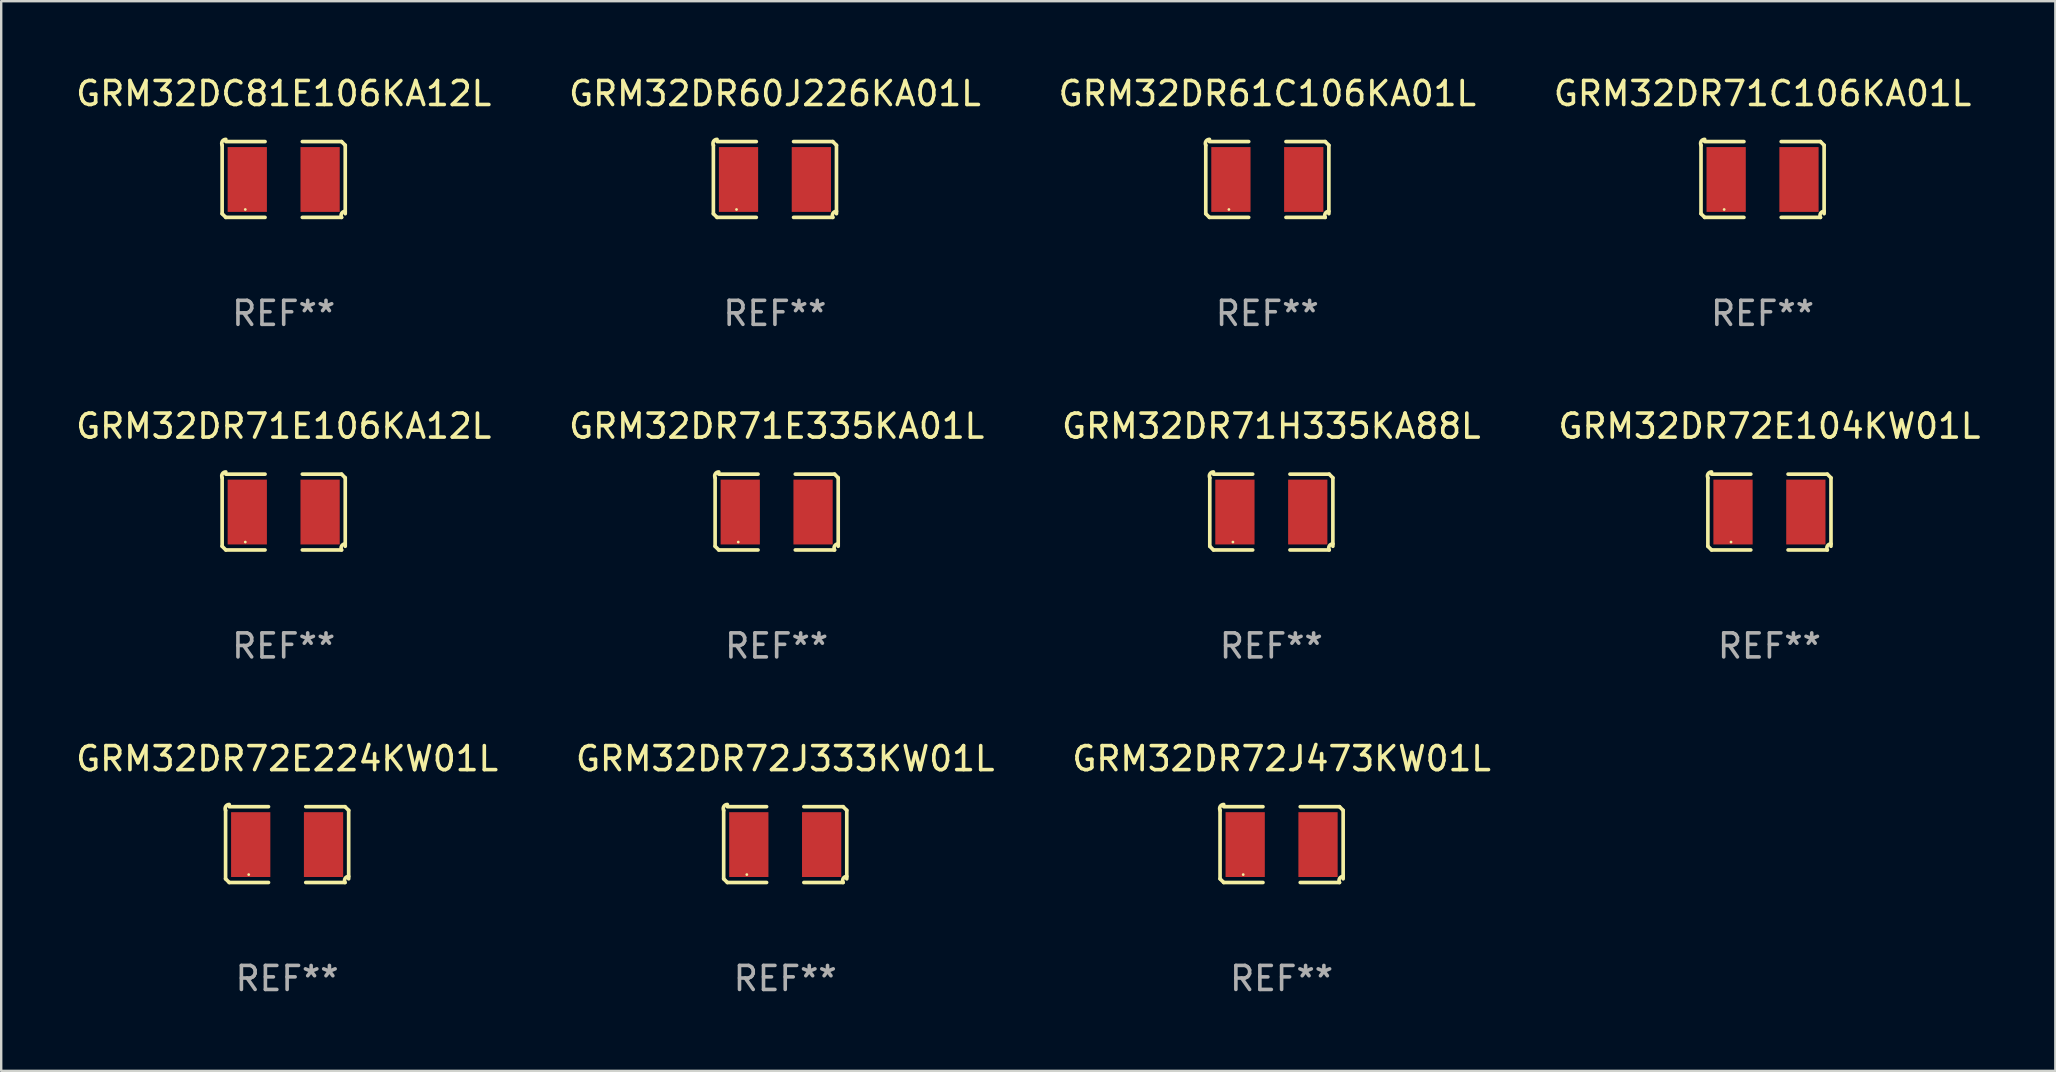
<source format=kicad_pcb>
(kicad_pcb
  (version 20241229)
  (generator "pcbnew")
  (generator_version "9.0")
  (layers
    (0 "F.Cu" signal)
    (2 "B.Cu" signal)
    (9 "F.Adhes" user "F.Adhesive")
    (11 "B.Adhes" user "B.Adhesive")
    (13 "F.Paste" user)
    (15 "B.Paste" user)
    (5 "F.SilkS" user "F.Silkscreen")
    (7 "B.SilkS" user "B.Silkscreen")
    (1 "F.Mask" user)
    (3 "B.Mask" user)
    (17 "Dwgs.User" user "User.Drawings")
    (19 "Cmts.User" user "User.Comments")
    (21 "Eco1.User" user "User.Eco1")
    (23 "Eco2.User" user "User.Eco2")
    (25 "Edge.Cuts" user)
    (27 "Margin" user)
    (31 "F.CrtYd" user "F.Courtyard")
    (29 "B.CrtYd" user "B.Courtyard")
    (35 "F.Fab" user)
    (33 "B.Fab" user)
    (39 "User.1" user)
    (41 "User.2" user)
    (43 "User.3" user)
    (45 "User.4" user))
  (footprint "GRM32DR71E335KA01L"
    (layer "F.Cu")
    (at 29.304 18.281)
    (property "Reference" "GRM32DR71E335KA01L" (at 0 -3.579 0) (layer "F.SilkS") (effects (font (size 1 1) (thickness 0.15))))
    (attr through_hole)
    (fp_line (start -2.564 1.426) (end -2.564 -1.426) (stroke (width 0.152) (type solid)) (layer "F.SilkS"))
    (fp_line (start -2.411 -1.579) (end -0.776 -1.579) (stroke (width 0.152) (type solid)) (layer "F.SilkS"))
    (fp_line (start -0.776 1.579) (end -2.411 1.579) (stroke (width 0.152) (type solid)) (layer "F.SilkS"))
    (fp_line (start 0.776 1.579) (end 2.411 1.579) (stroke (width 0.152) (type solid)) (layer "F.SilkS"))
    (fp_line (start 2.411 -1.579) (end 0.776 -1.579) (stroke (width 0.152) (type solid)) (layer "F.SilkS"))
    (fp_line (start 2.564 1.426) (end 2.564 -1.426) (stroke (width 0.152) (type solid)) (layer "F.SilkS"))
    (fp_arc (start -2.563602 -1.426213) (mid -2.555597 -1.591233) (end -2.411201 -1.671518) (stroke (width 0.1524) (type solid)) (layer "F.SilkS"))
    (fp_arc (start -2.5636 1.426214) (mid -2.487389 1.502402) (end -2.411201 1.578613) (stroke (width 0.1524) (type solid)) (layer "F.SilkS"))
    (fp_arc (start 2.411197 -1.578618) (mid 2.487403 -1.502419) (end 2.563602 -1.426213) (stroke (width 0.1524) (type solid)) (layer "F.SilkS"))
    (fp_arc (start 2.411201 1.578613) (mid 2.416214 1.409455) (end 2.563602 1.32629) (stroke (width 0.1524) (type solid)) (layer "F.SilkS"))
    (fp_circle (center -1.6 1.25) (end -1.57 1.25) (stroke (width 0.06) (type solid)) (fill no) (layer "F.SilkS"))
    (fp_text user "REF**" (at 0 5.579 0) (layer "F.Fab") (effects (font (size 1 1) (thickness 0.15))))
    (pad "1" smd rect (at -1.517 0) (size 1.635 2.7) (layers "F.Cu" "F.Mask" "F.Paste"))
    (pad "2" smd rect (at 1.517 0) (size 1.635 2.7) (layers "F.Cu" "F.Mask" "F.Paste")))
  (footprint "GRM32DR61C106KA01L"
    (layer "F.Cu")
    (at 49.744 4.427)
    (property "Reference" "GRM32DR61C106KA01L" (at 0 -3.579 0) (layer "F.SilkS") (effects (font (size 1 1) (thickness 0.15))))
    (attr through_hole)
    (fp_line (start -2.564 1.426) (end -2.564 -1.426) (stroke (width 0.152) (type solid)) (layer "F.SilkS"))
    (fp_line (start -2.411 -1.579) (end -0.776 -1.579) (stroke (width 0.152) (type solid)) (layer "F.SilkS"))
    (fp_line (start -0.776 1.579) (end -2.411 1.579) (stroke (width 0.152) (type solid)) (layer "F.SilkS"))
    (fp_line (start 0.776 1.579) (end 2.411 1.579) (stroke (width 0.152) (type solid)) (layer "F.SilkS"))
    (fp_line (start 2.411 -1.579) (end 0.776 -1.579) (stroke (width 0.152) (type solid)) (layer "F.SilkS"))
    (fp_line (start 2.564 1.426) (end 2.564 -1.426) (stroke (width 0.152) (type solid)) (layer "F.SilkS"))
    (fp_arc (start -2.563602 -1.426213) (mid -2.555597 -1.591233) (end -2.411201 -1.671518) (stroke (width 0.1524) (type solid)) (layer "F.SilkS"))
    (fp_arc (start -2.5636 1.426214) (mid -2.487389 1.502402) (end -2.411201 1.578613) (stroke (width 0.1524) (type solid)) (layer "F.SilkS"))
    (fp_arc (start 2.411197 -1.578618) (mid 2.487403 -1.502419) (end 2.563602 -1.426213) (stroke (width 0.1524) (type solid)) (layer "F.SilkS"))
    (fp_arc (start 2.411201 1.578613) (mid 2.416214 1.409455) (end 2.563602 1.32629) (stroke (width 0.1524) (type solid)) (layer "F.SilkS"))
    (fp_circle (center -1.6 1.25) (end -1.57 1.25) (stroke (width 0.06) (type solid)) (fill no) (layer "F.SilkS"))
    (fp_text user "REF**" (at 0 5.579 0) (layer "F.Fab") (effects (font (size 1 1) (thickness 0.15))))
    (pad "1" smd rect (at -1.517 0) (size 1.635 2.7) (layers "F.Cu" "F.Mask" "F.Paste"))
    (pad "2" smd rect (at 1.517 0) (size 1.635 2.7) (layers "F.Cu" "F.Mask" "F.Paste")))
  (footprint "GRM32DR71H335KA88L"
    (layer "F.Cu")
    (at 49.911 18.281)
    (property "Reference" "GRM32DR71H335KA88L" (at 0 -3.579 0) (layer "F.SilkS") (effects (font (size 1 1) (thickness 0.15))))
    (attr through_hole)
    (fp_line (start -2.564 1.426) (end -2.564 -1.426) (stroke (width 0.152) (type solid)) (layer "F.SilkS"))
    (fp_line (start -2.411 -1.579) (end -0.776 -1.579) (stroke (width 0.152) (type solid)) (layer "F.SilkS"))
    (fp_line (start -0.776 1.579) (end -2.411 1.579) (stroke (width 0.152) (type solid)) (layer "F.SilkS"))
    (fp_line (start 0.776 1.579) (end 2.411 1.579) (stroke (width 0.152) (type solid)) (layer "F.SilkS"))
    (fp_line (start 2.411 -1.579) (end 0.776 -1.579) (stroke (width 0.152) (type solid)) (layer "F.SilkS"))
    (fp_line (start 2.564 1.426) (end 2.564 -1.426) (stroke (width 0.152) (type solid)) (layer "F.SilkS"))
    (fp_arc (start -2.563602 -1.426213) (mid -2.555597 -1.591233) (end -2.411201 -1.671518) (stroke (width 0.1524) (type solid)) (layer "F.SilkS"))
    (fp_arc (start -2.5636 1.426214) (mid -2.487389 1.502402) (end -2.411201 1.578613) (stroke (width 0.1524) (type solid)) (layer "F.SilkS"))
    (fp_arc (start 2.411197 -1.578618) (mid 2.487403 -1.502419) (end 2.563602 -1.426213) (stroke (width 0.1524) (type solid)) (layer "F.SilkS"))
    (fp_arc (start 2.411201 1.578613) (mid 2.416214 1.409455) (end 2.563602 1.32629) (stroke (width 0.1524) (type solid)) (layer "F.SilkS"))
    (fp_circle (center -1.6 1.25) (end -1.57 1.25) (stroke (width 0.06) (type solid)) (fill no) (layer "F.SilkS"))
    (fp_text user "REF**" (at 0 5.579 0) (layer "F.Fab") (effects (font (size 1 1) (thickness 0.15))))
    (pad "1" smd rect (at -1.517 0) (size 1.635 2.7) (layers "F.Cu" "F.Mask" "F.Paste"))
    (pad "2" smd rect (at 1.517 0) (size 1.635 2.7) (layers "F.Cu" "F.Mask" "F.Paste")))
  (footprint "GRM32DR72J333KW01L"
    (layer "F.Cu")
    (at 29.661 32.134)
    (property "Reference" "GRM32DR72J333KW01L" (at 0 -3.579 0) (layer "F.SilkS") (effects (font (size 1 1) (thickness 0.15))))
    (attr through_hole)
    (fp_line (start -2.564 1.426) (end -2.564 -1.426) (stroke (width 0.152) (type solid)) (layer "F.SilkS"))
    (fp_line (start -2.411 -1.579) (end -0.776 -1.579) (stroke (width 0.152) (type solid)) (layer "F.SilkS"))
    (fp_line (start -0.776 1.579) (end -2.411 1.579) (stroke (width 0.152) (type solid)) (layer "F.SilkS"))
    (fp_line (start 0.776 1.579) (end 2.411 1.579) (stroke (width 0.152) (type solid)) (layer "F.SilkS"))
    (fp_line (start 2.411 -1.579) (end 0.776 -1.579) (stroke (width 0.152) (type solid)) (layer "F.SilkS"))
    (fp_line (start 2.564 1.426) (end 2.564 -1.426) (stroke (width 0.152) (type solid)) (layer "F.SilkS"))
    (fp_arc (start -2.563602 -1.426213) (mid -2.555597 -1.591233) (end -2.411201 -1.671518) (stroke (width 0.1524) (type solid)) (layer "F.SilkS"))
    (fp_arc (start -2.5636 1.426214) (mid -2.487389 1.502402) (end -2.411201 1.578613) (stroke (width 0.1524) (type solid)) (layer "F.SilkS"))
    (fp_arc (start 2.411197 -1.578618) (mid 2.487403 -1.502419) (end 2.563602 -1.426213) (stroke (width 0.1524) (type solid)) (layer "F.SilkS"))
    (fp_arc (start 2.411201 1.578613) (mid 2.416214 1.409455) (end 2.563602 1.32629) (stroke (width 0.1524) (type solid)) (layer "F.SilkS"))
    (fp_circle (center -1.6 1.25) (end -1.57 1.25) (stroke (width 0.06) (type solid)) (fill no) (layer "F.SilkS"))
    (fp_text user "REF**" (at 0 5.579 0) (layer "F.Fab") (effects (font (size 1 1) (thickness 0.15))))
    (pad "1" smd rect (at -1.517 0) (size 1.635 2.7) (layers "F.Cu" "F.Mask" "F.Paste"))
    (pad "2" smd rect (at 1.517 0) (size 1.635 2.7) (layers "F.Cu" "F.Mask" "F.Paste")))
  (footprint "GRM32DR72E224KW01L"
    (layer "F.Cu")
    (at 8.911 32.134)
    (property "Reference" "GRM32DR72E224KW01L" (at 0 -3.579 0) (layer "F.SilkS") (effects (font (size 1 1) (thickness 0.15))))
    (attr through_hole)
    (fp_line (start -2.564 1.426) (end -2.564 -1.426) (stroke (width 0.152) (type solid)) (layer "F.SilkS"))
    (fp_line (start -2.411 -1.579) (end -0.776 -1.579) (stroke (width 0.152) (type solid)) (layer "F.SilkS"))
    (fp_line (start -0.776 1.579) (end -2.411 1.579) (stroke (width 0.152) (type solid)) (layer "F.SilkS"))
    (fp_line (start 0.776 1.579) (end 2.411 1.579) (stroke (width 0.152) (type solid)) (layer "F.SilkS"))
    (fp_line (start 2.411 -1.579) (end 0.776 -1.579) (stroke (width 0.152) (type solid)) (layer "F.SilkS"))
    (fp_line (start 2.564 1.426) (end 2.564 -1.426) (stroke (width 0.152) (type solid)) (layer "F.SilkS"))
    (fp_arc (start -2.563602 -1.426213) (mid -2.555597 -1.591233) (end -2.411201 -1.671518) (stroke (width 0.1524) (type solid)) (layer "F.SilkS"))
    (fp_arc (start -2.5636 1.426214) (mid -2.487389 1.502402) (end -2.411201 1.578613) (stroke (width 0.1524) (type solid)) (layer "F.SilkS"))
    (fp_arc (start 2.411197 -1.578618) (mid 2.487403 -1.502419) (end 2.563602 -1.426213) (stroke (width 0.1524) (type solid)) (layer "F.SilkS"))
    (fp_arc (start 2.411201 1.578613) (mid 2.416214 1.409455) (end 2.563602 1.32629) (stroke (width 0.1524) (type solid)) (layer "F.SilkS"))
    (fp_circle (center -1.6 1.25) (end -1.57 1.25) (stroke (width 0.06) (type solid)) (fill no) (layer "F.SilkS"))
    (fp_text user "REF**" (at 0 5.579 0) (layer "F.Fab") (effects (font (size 1 1) (thickness 0.15))))
    (pad "1" smd rect (at -1.517 0) (size 1.635 2.7) (layers "F.Cu" "F.Mask" "F.Paste"))
    (pad "2" smd rect (at 1.517 0) (size 1.635 2.7) (layers "F.Cu" "F.Mask" "F.Paste")))
  (footprint "GRM32DR71E106KA12L"
    (layer "F.Cu")
    (at 8.768 18.281)
    (property "Reference" "GRM32DR71E106KA12L" (at 0 -3.579 0) (layer "F.SilkS") (effects (font (size 1 1) (thickness 0.15))))
    (attr through_hole)
    (fp_line (start -2.564 1.426) (end -2.564 -1.426) (stroke (width 0.152) (type solid)) (layer "F.SilkS"))
    (fp_line (start -2.411 -1.579) (end -0.776 -1.579) (stroke (width 0.152) (type solid)) (layer "F.SilkS"))
    (fp_line (start -0.776 1.579) (end -2.411 1.579) (stroke (width 0.152) (type solid)) (layer "F.SilkS"))
    (fp_line (start 0.776 1.579) (end 2.411 1.579) (stroke (width 0.152) (type solid)) (layer "F.SilkS"))
    (fp_line (start 2.411 -1.579) (end 0.776 -1.579) (stroke (width 0.152) (type solid)) (layer "F.SilkS"))
    (fp_line (start 2.564 1.426) (end 2.564 -1.426) (stroke (width 0.152) (type solid)) (layer "F.SilkS"))
    (fp_arc (start -2.563602 -1.426213) (mid -2.555597 -1.591233) (end -2.411201 -1.671518) (stroke (width 0.1524) (type solid)) (layer "F.SilkS"))
    (fp_arc (start -2.5636 1.426214) (mid -2.487389 1.502402) (end -2.411201 1.578613) (stroke (width 0.1524) (type solid)) (layer "F.SilkS"))
    (fp_arc (start 2.411197 -1.578618) (mid 2.487403 -1.502419) (end 2.563602 -1.426213) (stroke (width 0.1524) (type solid)) (layer "F.SilkS"))
    (fp_arc (start 2.411201 1.578613) (mid 2.416214 1.409455) (end 2.563602 1.32629) (stroke (width 0.1524) (type solid)) (layer "F.SilkS"))
    (fp_circle (center -1.6 1.25) (end -1.57 1.25) (stroke (width 0.06) (type solid)) (fill no) (layer "F.SilkS"))
    (fp_text user "REF**" (at 0 5.579 0) (layer "F.Fab") (effects (font (size 1 1) (thickness 0.15))))
    (pad "1" smd rect (at -1.517 0) (size 1.635 2.7) (layers "F.Cu" "F.Mask" "F.Paste"))
    (pad "2" smd rect (at 1.517 0) (size 1.635 2.7) (layers "F.Cu" "F.Mask" "F.Paste")))
  (footprint "GRM32DR71C106KA01L"
    (layer "F.Cu")
    (at 70.375 4.427)
    (property "Reference" "GRM32DR71C106KA01L" (at 0 -3.579 0) (layer "F.SilkS") (effects (font (size 1 1) (thickness 0.15))))
    (attr through_hole)
    (fp_line (start -2.564 1.426) (end -2.564 -1.426) (stroke (width 0.152) (type solid)) (layer "F.SilkS"))
    (fp_line (start -2.411 -1.579) (end -0.776 -1.579) (stroke (width 0.152) (type solid)) (layer "F.SilkS"))
    (fp_line (start -0.776 1.579) (end -2.411 1.579) (stroke (width 0.152) (type solid)) (layer "F.SilkS"))
    (fp_line (start 0.776 1.579) (end 2.411 1.579) (stroke (width 0.152) (type solid)) (layer "F.SilkS"))
    (fp_line (start 2.411 -1.579) (end 0.776 -1.579) (stroke (width 0.152) (type solid)) (layer "F.SilkS"))
    (fp_line (start 2.564 1.426) (end 2.564 -1.426) (stroke (width 0.152) (type solid)) (layer "F.SilkS"))
    (fp_arc (start -2.563602 -1.426213) (mid -2.555597 -1.591233) (end -2.411201 -1.671518) (stroke (width 0.1524) (type solid)) (layer "F.SilkS"))
    (fp_arc (start -2.5636 1.426214) (mid -2.487389 1.502402) (end -2.411201 1.578613) (stroke (width 0.1524) (type solid)) (layer "F.SilkS"))
    (fp_arc (start 2.411197 -1.578618) (mid 2.487403 -1.502419) (end 2.563602 -1.426213) (stroke (width 0.1524) (type solid)) (layer "F.SilkS"))
    (fp_arc (start 2.411201 1.578613) (mid 2.416214 1.409455) (end 2.563602 1.32629) (stroke (width 0.1524) (type solid)) (layer "F.SilkS"))
    (fp_circle (center -1.6 1.25) (end -1.57 1.25) (stroke (width 0.06) (type solid)) (fill no) (layer "F.SilkS"))
    (fp_text user "REF**" (at 0 5.579 0) (layer "F.Fab") (effects (font (size 1 1) (thickness 0.15))))
    (pad "1" smd rect (at -1.517 0) (size 1.635 2.7) (layers "F.Cu" "F.Mask" "F.Paste"))
    (pad "2" smd rect (at 1.517 0) (size 1.635 2.7) (layers "F.Cu" "F.Mask" "F.Paste")))
  (footprint "GRM32DC81E106KA12L"
    (layer "F.Cu")
    (at 8.768 4.427)
    (property "Reference" "GRM32DC81E106KA12L" (at 0 -3.579 0) (layer "F.SilkS") (effects (font (size 1 1) (thickness 0.15))))
    (attr through_hole)
    (fp_line (start -2.564 1.426) (end -2.564 -1.426) (stroke (width 0.152) (type solid)) (layer "F.SilkS"))
    (fp_line (start -2.411 -1.579) (end -0.776 -1.579) (stroke (width 0.152) (type solid)) (layer "F.SilkS"))
    (fp_line (start -0.776 1.579) (end -2.411 1.579) (stroke (width 0.152) (type solid)) (layer "F.SilkS"))
    (fp_line (start 0.776 1.579) (end 2.411 1.579) (stroke (width 0.152) (type solid)) (layer "F.SilkS"))
    (fp_line (start 2.411 -1.579) (end 0.776 -1.579) (stroke (width 0.152) (type solid)) (layer "F.SilkS"))
    (fp_line (start 2.564 1.426) (end 2.564 -1.426) (stroke (width 0.152) (type solid)) (layer "F.SilkS"))
    (fp_arc (start -2.563602 -1.426213) (mid -2.555597 -1.591233) (end -2.411201 -1.671518) (stroke (width 0.1524) (type solid)) (layer "F.SilkS"))
    (fp_arc (start -2.5636 1.426214) (mid -2.487389 1.502402) (end -2.411201 1.578613) (stroke (width 0.1524) (type solid)) (layer "F.SilkS"))
    (fp_arc (start 2.411197 -1.578618) (mid 2.487403 -1.502419) (end 2.563602 -1.426213) (stroke (width 0.1524) (type solid)) (layer "F.SilkS"))
    (fp_arc (start 2.411201 1.578613) (mid 2.416214 1.409455) (end 2.563602 1.32629) (stroke (width 0.1524) (type solid)) (layer "F.SilkS"))
    (fp_circle (center -1.6 1.25) (end -1.57 1.25) (stroke (width 0.06) (type solid)) (fill no) (layer "F.SilkS"))
    (fp_text user "REF**" (at 0 5.579 0) (layer "F.Fab") (effects (font (size 1 1) (thickness 0.15))))
    (pad "1" smd rect (at -1.517 0) (size 1.635 2.7) (layers "F.Cu" "F.Mask" "F.Paste"))
    (pad "2" smd rect (at 1.517 0) (size 1.635 2.7) (layers "F.Cu" "F.Mask" "F.Paste")))
  (footprint "GRM32DR72J473KW01L"
    (layer "F.Cu")
    (at 50.339 32.134)
    (property "Reference" "GRM32DR72J473KW01L" (at 0 -3.579 0) (layer "F.SilkS") (effects (font (size 1 1) (thickness 0.15))))
    (attr through_hole)
    (fp_line (start -2.564 1.426) (end -2.564 -1.426) (stroke (width 0.152) (type solid)) (layer "F.SilkS"))
    (fp_line (start -2.411 -1.579) (end -0.776 -1.579) (stroke (width 0.152) (type solid)) (layer "F.SilkS"))
    (fp_line (start -0.776 1.579) (end -2.411 1.579) (stroke (width 0.152) (type solid)) (layer "F.SilkS"))
    (fp_line (start 0.776 1.579) (end 2.411 1.579) (stroke (width 0.152) (type solid)) (layer "F.SilkS"))
    (fp_line (start 2.411 -1.579) (end 0.776 -1.579) (stroke (width 0.152) (type solid)) (layer "F.SilkS"))
    (fp_line (start 2.564 1.426) (end 2.564 -1.426) (stroke (width 0.152) (type solid)) (layer "F.SilkS"))
    (fp_arc (start -2.563602 -1.426213) (mid -2.555597 -1.591233) (end -2.411201 -1.671518) (stroke (width 0.1524) (type solid)) (layer "F.SilkS"))
    (fp_arc (start -2.5636 1.426214) (mid -2.487389 1.502402) (end -2.411201 1.578613) (stroke (width 0.1524) (type solid)) (layer "F.SilkS"))
    (fp_arc (start 2.411197 -1.578618) (mid 2.487403 -1.502419) (end 2.563602 -1.426213) (stroke (width 0.1524) (type solid)) (layer "F.SilkS"))
    (fp_arc (start 2.411201 1.578613) (mid 2.416214 1.409455) (end 2.563602 1.32629) (stroke (width 0.1524) (type solid)) (layer "F.SilkS"))
    (fp_circle (center -1.6 1.25) (end -1.57 1.25) (stroke (width 0.06) (type solid)) (fill no) (layer "F.SilkS"))
    (fp_text user "REF**" (at 0 5.579 0) (layer "F.Fab") (effects (font (size 1 1) (thickness 0.15))))
    (pad "1" smd rect (at -1.517 0) (size 1.635 2.7) (layers "F.Cu" "F.Mask" "F.Paste"))
    (pad "2" smd rect (at 1.517 0) (size 1.635 2.7) (layers "F.Cu" "F.Mask" "F.Paste")))
  (footprint "GRM32DR60J226KA01L"
    (layer "F.Cu")
    (at 29.232 4.427)
    (property "Reference" "GRM32DR60J226KA01L" (at 0 -3.579 0) (layer "F.SilkS") (effects (font (size 1 1) (thickness 0.15))))
    (attr through_hole)
    (fp_line (start -2.564 1.426) (end -2.564 -1.426) (stroke (width 0.152) (type solid)) (layer "F.SilkS"))
    (fp_line (start -2.411 -1.579) (end -0.776 -1.579) (stroke (width 0.152) (type solid)) (layer "F.SilkS"))
    (fp_line (start -0.776 1.579) (end -2.411 1.579) (stroke (width 0.152) (type solid)) (layer "F.SilkS"))
    (fp_line (start 0.776 1.579) (end 2.411 1.579) (stroke (width 0.152) (type solid)) (layer "F.SilkS"))
    (fp_line (start 2.411 -1.579) (end 0.776 -1.579) (stroke (width 0.152) (type solid)) (layer "F.SilkS"))
    (fp_line (start 2.564 1.426) (end 2.564 -1.426) (stroke (width 0.152) (type solid)) (layer "F.SilkS"))
    (fp_arc (start -2.563602 -1.426213) (mid -2.555597 -1.591233) (end -2.411201 -1.671518) (stroke (width 0.1524) (type solid)) (layer "F.SilkS"))
    (fp_arc (start -2.5636 1.426214) (mid -2.487389 1.502402) (end -2.411201 1.578613) (stroke (width 0.1524) (type solid)) (layer "F.SilkS"))
    (fp_arc (start 2.411197 -1.578618) (mid 2.487403 -1.502419) (end 2.563602 -1.426213) (stroke (width 0.1524) (type solid)) (layer "F.SilkS"))
    (fp_arc (start 2.411201 1.578613) (mid 2.416214 1.409455) (end 2.563602 1.32629) (stroke (width 0.1524) (type solid)) (layer "F.SilkS"))
    (fp_circle (center -1.6 1.25) (end -1.57 1.25) (stroke (width 0.06) (type solid)) (fill no) (layer "F.SilkS"))
    (fp_text user "REF**" (at 0 5.579 0) (layer "F.Fab") (effects (font (size 1 1) (thickness 0.15))))
    (pad "1" smd rect (at -1.517 0) (size 1.635 2.7) (layers "F.Cu" "F.Mask" "F.Paste"))
    (pad "2" smd rect (at 1.517 0) (size 1.635 2.7) (layers "F.Cu" "F.Mask" "F.Paste")))
  (footprint "GRM32DR72E104KW01L"
    (layer "F.Cu")
    (at 70.661 18.281)
    (property "Reference" "GRM32DR72E104KW01L" (at 0 -3.579 0) (layer "F.SilkS") (effects (font (size 1 1) (thickness 0.15))))
    (attr through_hole)
    (fp_line (start -2.564 1.426) (end -2.564 -1.426) (stroke (width 0.152) (type solid)) (layer "F.SilkS"))
    (fp_line (start -2.411 -1.579) (end -0.776 -1.579) (stroke (width 0.152) (type solid)) (layer "F.SilkS"))
    (fp_line (start -0.776 1.579) (end -2.411 1.579) (stroke (width 0.152) (type solid)) (layer "F.SilkS"))
    (fp_line (start 0.776 1.579) (end 2.411 1.579) (stroke (width 0.152) (type solid)) (layer "F.SilkS"))
    (fp_line (start 2.411 -1.579) (end 0.776 -1.579) (stroke (width 0.152) (type solid)) (layer "F.SilkS"))
    (fp_line (start 2.564 1.426) (end 2.564 -1.426) (stroke (width 0.152) (type solid)) (layer "F.SilkS"))
    (fp_arc (start -2.563602 -1.426213) (mid -2.555597 -1.591233) (end -2.411201 -1.671518) (stroke (width 0.1524) (type solid)) (layer "F.SilkS"))
    (fp_arc (start -2.5636 1.426214) (mid -2.487389 1.502402) (end -2.411201 1.578613) (stroke (width 0.1524) (type solid)) (layer "F.SilkS"))
    (fp_arc (start 2.411197 -1.578618) (mid 2.487403 -1.502419) (end 2.563602 -1.426213) (stroke (width 0.1524) (type solid)) (layer "F.SilkS"))
    (fp_arc (start 2.411201 1.578613) (mid 2.416214 1.409455) (end 2.563602 1.32629) (stroke (width 0.1524) (type solid)) (layer "F.SilkS"))
    (fp_circle (center -1.6 1.25) (end -1.57 1.25) (stroke (width 0.06) (type solid)) (fill no) (layer "F.SilkS"))
    (fp_text user "REF**" (at 0 5.579 0) (layer "F.Fab") (effects (font (size 1 1) (thickness 0.15))))
    (pad "1" smd rect (at -1.517 0) (size 1.635 2.7) (layers "F.Cu" "F.Mask" "F.Paste"))
    (pad "2" smd rect (at 1.517 0) (size 1.635 2.7) (layers "F.Cu" "F.Mask" "F.Paste")))
  (gr_rect
    (start -3 -3)
    (end 82.571 41.561)
    (stroke (width 0.1) (type default))
    (fill no)
    (layer "Edge.Cuts")))
</source>
